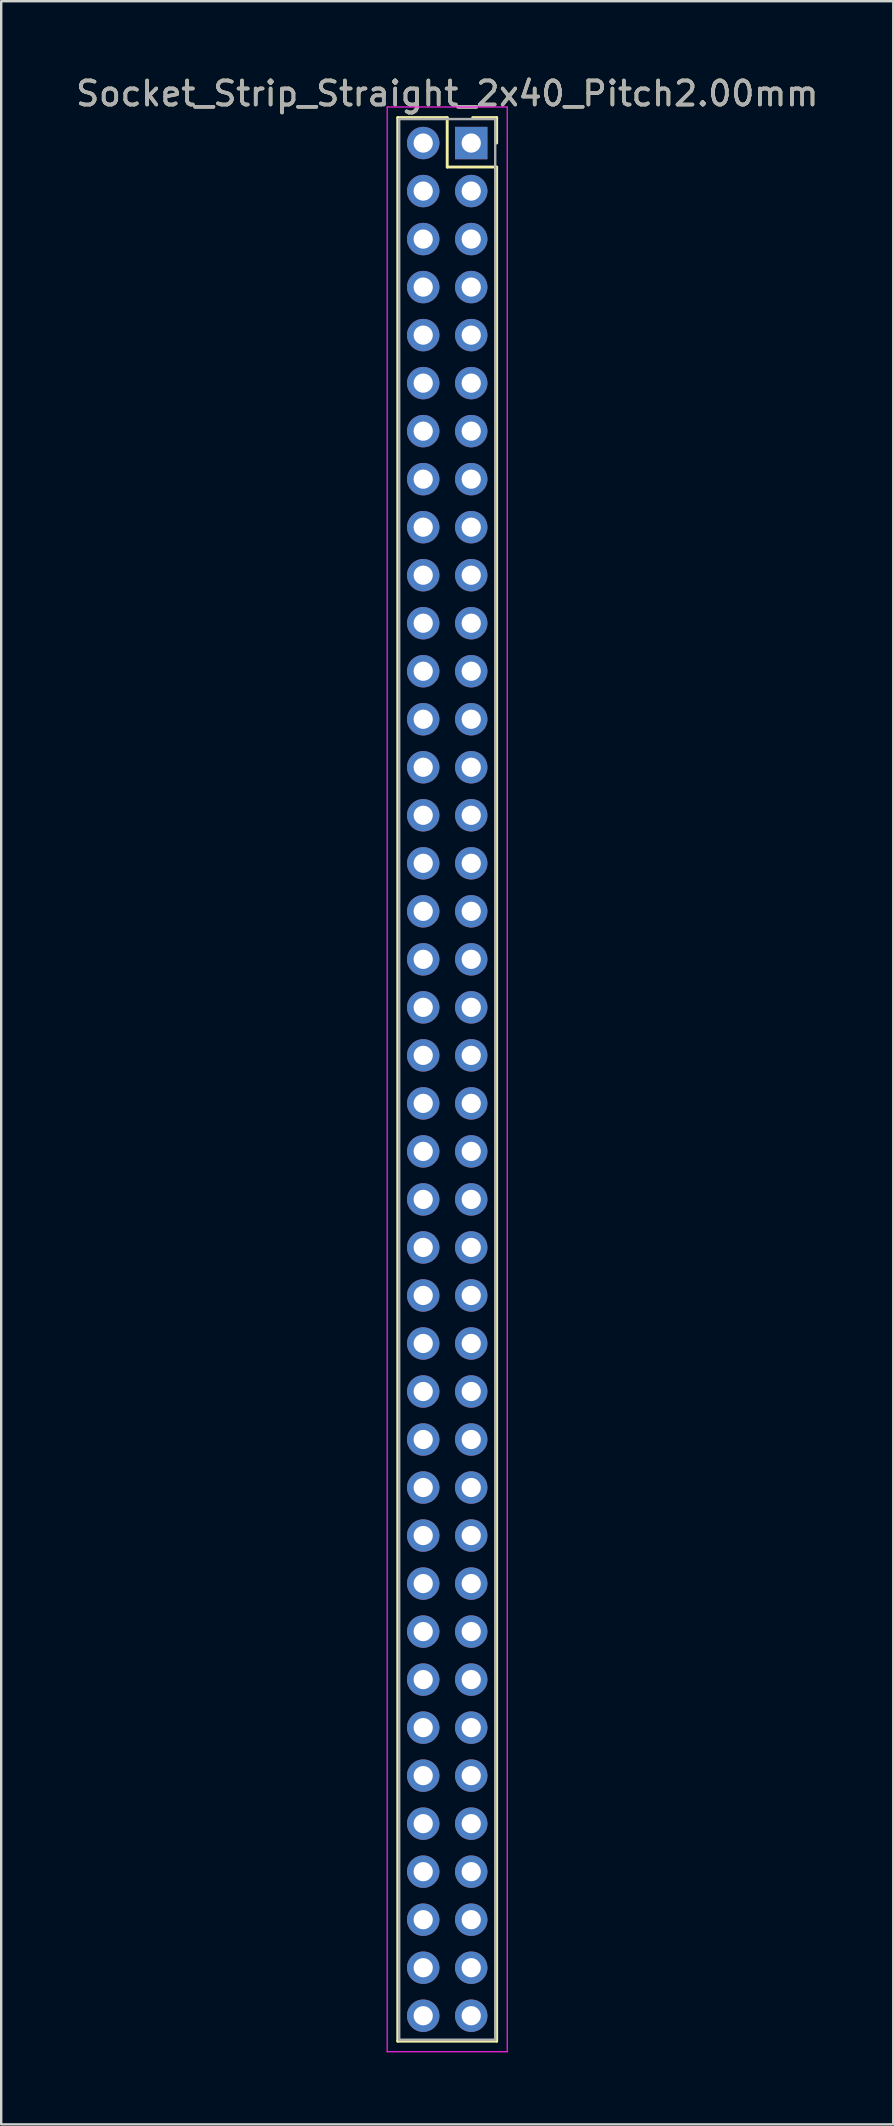
<source format=kicad_pcb>
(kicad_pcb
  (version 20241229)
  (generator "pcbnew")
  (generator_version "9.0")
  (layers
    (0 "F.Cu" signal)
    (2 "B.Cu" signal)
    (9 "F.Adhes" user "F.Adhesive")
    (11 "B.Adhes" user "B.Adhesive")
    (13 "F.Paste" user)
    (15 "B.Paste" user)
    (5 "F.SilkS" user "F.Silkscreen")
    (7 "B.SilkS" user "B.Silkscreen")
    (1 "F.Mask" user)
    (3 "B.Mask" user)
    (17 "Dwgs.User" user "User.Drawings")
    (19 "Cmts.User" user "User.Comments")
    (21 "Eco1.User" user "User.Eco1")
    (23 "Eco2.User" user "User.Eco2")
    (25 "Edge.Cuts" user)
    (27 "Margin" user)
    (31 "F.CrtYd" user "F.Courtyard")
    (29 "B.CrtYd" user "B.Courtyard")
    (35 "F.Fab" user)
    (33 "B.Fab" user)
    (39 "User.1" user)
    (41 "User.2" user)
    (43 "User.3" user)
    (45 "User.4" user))
  (footprint "Socket_Strip_Straight_2x40_Pitch2.00mm"
    (layer "F.Cu")
    (at 16.577 2.908)
    (property "Reference" "Socket_Strip_Straight_2x40_Pitch2.00mm" (at -1 -2.06 0) (layer "F.SilkS") (effects (font (size 1 1) (thickness 0.15))))
    (attr through_hole)
    (fp_line (start -3.06 -1.06) (end -1 -1.06) (stroke (width 0.12) (type solid)) (layer "F.SilkS"))
    (fp_line (start -3.06 79.06) (end -3.06 -1.06) (stroke (width 0.12) (type solid)) (layer "F.SilkS"))
    (fp_line (start -1 -1.06) (end -1 1) (stroke (width 0.12) (type solid)) (layer "F.SilkS"))
    (fp_line (start -1 1) (end 1.06 1) (stroke (width 0.12) (type solid)) (layer "F.SilkS"))
    (fp_line (start 1.06 -1.06) (end 0.06 -1.06) (stroke (width 0.12) (type solid)) (layer "F.SilkS"))
    (fp_line (start 1.06 0) (end 1.06 -1.06) (stroke (width 0.12) (type solid)) (layer "F.SilkS"))
    (fp_line (start 1.06 1) (end 1.06 79.06) (stroke (width 0.12) (type solid)) (layer "F.SilkS"))
    (fp_line (start 1.06 79.06) (end -3.06 79.06) (stroke (width 0.12) (type solid)) (layer "F.SilkS"))
    (fp_line (start -3.5 -1.5) (end -3.5 79.5) (stroke (width 0.05) (type solid)) (layer "F.CrtYd"))
    (fp_line (start -3.5 79.5) (end 1.5 79.5) (stroke (width 0.05) (type solid)) (layer "F.CrtYd"))
    (fp_line (start 1.5 -1.5) (end -3.5 -1.5) (stroke (width 0.05) (type solid)) (layer "F.CrtYd"))
    (fp_line (start 1.5 79.5) (end 1.5 -1.5) (stroke (width 0.05) (type solid)) (layer "F.CrtYd"))
    (fp_line (start -3 -1) (end -3 79) (stroke (width 0.1) (type solid)) (layer "F.Fab"))
    (fp_line (start -3 79) (end 1 79) (stroke (width 0.1) (type solid)) (layer "F.Fab"))
    (fp_line (start 1 -1) (end -3 -1) (stroke (width 0.1) (type solid)) (layer "F.Fab"))
    (fp_line (start 1 79) (end 1 -1) (stroke (width 0.1) (type solid)) (layer "F.Fab"))
    (fp_text user "${REFERENCE}" (at -1 -2.06 0) (layer "F.Fab") (effects (font (size 1 1) (thickness 0.15))))
    (pad "1" thru_hole rect (at 0 0) (size 1.35 1.35) (drill 0.8) (layers "*.Cu" "*.Mask"))
    (pad "2" thru_hole oval (at -2 0) (size 1.35 1.35) (drill 0.8) (layers "*.Cu" "*.Mask"))
    (pad "3" thru_hole oval (at 0 2) (size 1.35 1.35) (drill 0.8) (layers "*.Cu" "*.Mask"))
    (pad "4" thru_hole oval (at -2 2) (size 1.35 1.35) (drill 0.8) (layers "*.Cu" "*.Mask"))
    (pad "5" thru_hole oval (at 0 4) (size 1.35 1.35) (drill 0.8) (layers "*.Cu" "*.Mask"))
    (pad "6" thru_hole oval (at -2 4) (size 1.35 1.35) (drill 0.8) (layers "*.Cu" "*.Mask"))
    (pad "7" thru_hole oval (at 0 6) (size 1.35 1.35) (drill 0.8) (layers "*.Cu" "*.Mask"))
    (pad "8" thru_hole oval (at -2 6) (size 1.35 1.35) (drill 0.8) (layers "*.Cu" "*.Mask"))
    (pad "9" thru_hole oval (at 0 8) (size 1.35 1.35) (drill 0.8) (layers "*.Cu" "*.Mask"))
    (pad "10" thru_hole oval (at -2 8) (size 1.35 1.35) (drill 0.8) (layers "*.Cu" "*.Mask"))
    (pad "11" thru_hole oval (at 0 10) (size 1.35 1.35) (drill 0.8) (layers "*.Cu" "*.Mask"))
    (pad "12" thru_hole oval (at -2 10) (size 1.35 1.35) (drill 0.8) (layers "*.Cu" "*.Mask"))
    (pad "13" thru_hole oval (at 0 12) (size 1.35 1.35) (drill 0.8) (layers "*.Cu" "*.Mask"))
    (pad "14" thru_hole oval (at -2 12) (size 1.35 1.35) (drill 0.8) (layers "*.Cu" "*.Mask"))
    (pad "15" thru_hole oval (at 0 14) (size 1.35 1.35) (drill 0.8) (layers "*.Cu" "*.Mask"))
    (pad "16" thru_hole oval (at -2 14) (size 1.35 1.35) (drill 0.8) (layers "*.Cu" "*.Mask"))
    (pad "17" thru_hole oval (at 0 16) (size 1.35 1.35) (drill 0.8) (layers "*.Cu" "*.Mask"))
    (pad "18" thru_hole oval (at -2 16) (size 1.35 1.35) (drill 0.8) (layers "*.Cu" "*.Mask"))
    (pad "19" thru_hole oval (at 0 18) (size 1.35 1.35) (drill 0.8) (layers "*.Cu" "*.Mask"))
    (pad "20" thru_hole oval (at -2 18) (size 1.35 1.35) (drill 0.8) (layers "*.Cu" "*.Mask"))
    (pad "21" thru_hole oval (at 0 20) (size 1.35 1.35) (drill 0.8) (layers "*.Cu" "*.Mask"))
    (pad "22" thru_hole oval (at -2 20) (size 1.35 1.35) (drill 0.8) (layers "*.Cu" "*.Mask"))
    (pad "23" thru_hole oval (at 0 22) (size 1.35 1.35) (drill 0.8) (layers "*.Cu" "*.Mask"))
    (pad "24" thru_hole oval (at -2 22) (size 1.35 1.35) (drill 0.8) (layers "*.Cu" "*.Mask"))
    (pad "25" thru_hole oval (at 0 24) (size 1.35 1.35) (drill 0.8) (layers "*.Cu" "*.Mask"))
    (pad "26" thru_hole oval (at -2 24) (size 1.35 1.35) (drill 0.8) (layers "*.Cu" "*.Mask"))
    (pad "27" thru_hole oval (at 0 26) (size 1.35 1.35) (drill 0.8) (layers "*.Cu" "*.Mask"))
    (pad "28" thru_hole oval (at -2 26) (size 1.35 1.35) (drill 0.8) (layers "*.Cu" "*.Mask"))
    (pad "29" thru_hole oval (at 0 28) (size 1.35 1.35) (drill 0.8) (layers "*.Cu" "*.Mask"))
    (pad "30" thru_hole oval (at -2 28) (size 1.35 1.35) (drill 0.8) (layers "*.Cu" "*.Mask"))
    (pad "31" thru_hole oval (at 0 30) (size 1.35 1.35) (drill 0.8) (layers "*.Cu" "*.Mask"))
    (pad "32" thru_hole oval (at -2 30) (size 1.35 1.35) (drill 0.8) (layers "*.Cu" "*.Mask"))
    (pad "33" thru_hole oval (at 0 32) (size 1.35 1.35) (drill 0.8) (layers "*.Cu" "*.Mask"))
    (pad "34" thru_hole oval (at -2 32) (size 1.35 1.35) (drill 0.8) (layers "*.Cu" "*.Mask"))
    (pad "35" thru_hole oval (at 0 34) (size 1.35 1.35) (drill 0.8) (layers "*.Cu" "*.Mask"))
    (pad "36" thru_hole oval (at -2 34) (size 1.35 1.35) (drill 0.8) (layers "*.Cu" "*.Mask"))
    (pad "37" thru_hole oval (at 0 36) (size 1.35 1.35) (drill 0.8) (layers "*.Cu" "*.Mask"))
    (pad "38" thru_hole oval (at -2 36) (size 1.35 1.35) (drill 0.8) (layers "*.Cu" "*.Mask"))
    (pad "39" thru_hole oval (at 0 38) (size 1.35 1.35) (drill 0.8) (layers "*.Cu" "*.Mask"))
    (pad "40" thru_hole oval (at -2 38) (size 1.35 1.35) (drill 0.8) (layers "*.Cu" "*.Mask"))
    (pad "41" thru_hole oval (at 0 40) (size 1.35 1.35) (drill 0.8) (layers "*.Cu" "*.Mask"))
    (pad "42" thru_hole oval (at -2 40) (size 1.35 1.35) (drill 0.8) (layers "*.Cu" "*.Mask"))
    (pad "43" thru_hole oval (at 0 42) (size 1.35 1.35) (drill 0.8) (layers "*.Cu" "*.Mask"))
    (pad "44" thru_hole oval (at -2 42) (size 1.35 1.35) (drill 0.8) (layers "*.Cu" "*.Mask"))
    (pad "45" thru_hole oval (at 0 44) (size 1.35 1.35) (drill 0.8) (layers "*.Cu" "*.Mask"))
    (pad "46" thru_hole oval (at -2 44) (size 1.35 1.35) (drill 0.8) (layers "*.Cu" "*.Mask"))
    (pad "47" thru_hole oval (at 0 46) (size 1.35 1.35) (drill 0.8) (layers "*.Cu" "*.Mask"))
    (pad "48" thru_hole oval (at -2 46) (size 1.35 1.35) (drill 0.8) (layers "*.Cu" "*.Mask"))
    (pad "49" thru_hole oval (at 0 48) (size 1.35 1.35) (drill 0.8) (layers "*.Cu" "*.Mask"))
    (pad "50" thru_hole oval (at -2 48) (size 1.35 1.35) (drill 0.8) (layers "*.Cu" "*.Mask"))
    (pad "51" thru_hole oval (at 0 50) (size 1.35 1.35) (drill 0.8) (layers "*.Cu" "*.Mask"))
    (pad "52" thru_hole oval (at -2 50) (size 1.35 1.35) (drill 0.8) (layers "*.Cu" "*.Mask"))
    (pad "53" thru_hole oval (at 0 52) (size 1.35 1.35) (drill 0.8) (layers "*.Cu" "*.Mask"))
    (pad "54" thru_hole oval (at -2 52) (size 1.35 1.35) (drill 0.8) (layers "*.Cu" "*.Mask"))
    (pad "55" thru_hole oval (at 0 54) (size 1.35 1.35) (drill 0.8) (layers "*.Cu" "*.Mask"))
    (pad "56" thru_hole oval (at -2 54) (size 1.35 1.35) (drill 0.8) (layers "*.Cu" "*.Mask"))
    (pad "57" thru_hole oval (at 0 56) (size 1.35 1.35) (drill 0.8) (layers "*.Cu" "*.Mask"))
    (pad "58" thru_hole oval (at -2 56) (size 1.35 1.35) (drill 0.8) (layers "*.Cu" "*.Mask"))
    (pad "59" thru_hole oval (at 0 58) (size 1.35 1.35) (drill 0.8) (layers "*.Cu" "*.Mask"))
    (pad "60" thru_hole oval (at -2 58) (size 1.35 1.35) (drill 0.8) (layers "*.Cu" "*.Mask"))
    (pad "61" thru_hole oval (at 0 60) (size 1.35 1.35) (drill 0.8) (layers "*.Cu" "*.Mask"))
    (pad "62" thru_hole oval (at -2 60) (size 1.35 1.35) (drill 0.8) (layers "*.Cu" "*.Mask"))
    (pad "63" thru_hole oval (at 0 62) (size 1.35 1.35) (drill 0.8) (layers "*.Cu" "*.Mask"))
    (pad "64" thru_hole oval (at -2 62) (size 1.35 1.35) (drill 0.8) (layers "*.Cu" "*.Mask"))
    (pad "65" thru_hole oval (at 0 64) (size 1.35 1.35) (drill 0.8) (layers "*.Cu" "*.Mask"))
    (pad "66" thru_hole oval (at -2 64) (size 1.35 1.35) (drill 0.8) (layers "*.Cu" "*.Mask"))
    (pad "67" thru_hole oval (at 0 66) (size 1.35 1.35) (drill 0.8) (layers "*.Cu" "*.Mask"))
    (pad "68" thru_hole oval (at -2 66) (size 1.35 1.35) (drill 0.8) (layers "*.Cu" "*.Mask"))
    (pad "69" thru_hole oval (at 0 68) (size 1.35 1.35) (drill 0.8) (layers "*.Cu" "*.Mask"))
    (pad "70" thru_hole oval (at -2 68) (size 1.35 1.35) (drill 0.8) (layers "*.Cu" "*.Mask"))
    (pad "71" thru_hole oval (at 0 70) (size 1.35 1.35) (drill 0.8) (layers "*.Cu" "*.Mask"))
    (pad "72" thru_hole oval (at -2 70) (size 1.35 1.35) (drill 0.8) (layers "*.Cu" "*.Mask"))
    (pad "73" thru_hole oval (at 0 72) (size 1.35 1.35) (drill 0.8) (layers "*.Cu" "*.Mask"))
    (pad "74" thru_hole oval (at -2 72) (size 1.35 1.35) (drill 0.8) (layers "*.Cu" "*.Mask"))
    (pad "75" thru_hole oval (at 0 74) (size 1.35 1.35) (drill 0.8) (layers "*.Cu" "*.Mask"))
    (pad "76" thru_hole oval (at -2 74) (size 1.35 1.35) (drill 0.8) (layers "*.Cu" "*.Mask"))
    (pad "77" thru_hole oval (at 0 76) (size 1.35 1.35) (drill 0.8) (layers "*.Cu" "*.Mask"))
    (pad "78" thru_hole oval (at -2 76) (size 1.35 1.35) (drill 0.8) (layers "*.Cu" "*.Mask"))
    (pad "79" thru_hole oval (at 0 78) (size 1.35 1.35) (drill 0.8) (layers "*.Cu" "*.Mask"))
    (pad "80" thru_hole oval (at -2 78) (size 1.35 1.35) (drill 0.8) (layers "*.Cu" "*.Mask")))
  (gr_rect
    (start -3 -3)
    (end 34.155 85.433)
    (stroke (width 0.1) (type default))
    (fill no)
    (layer "Edge.Cuts")))
</source>
